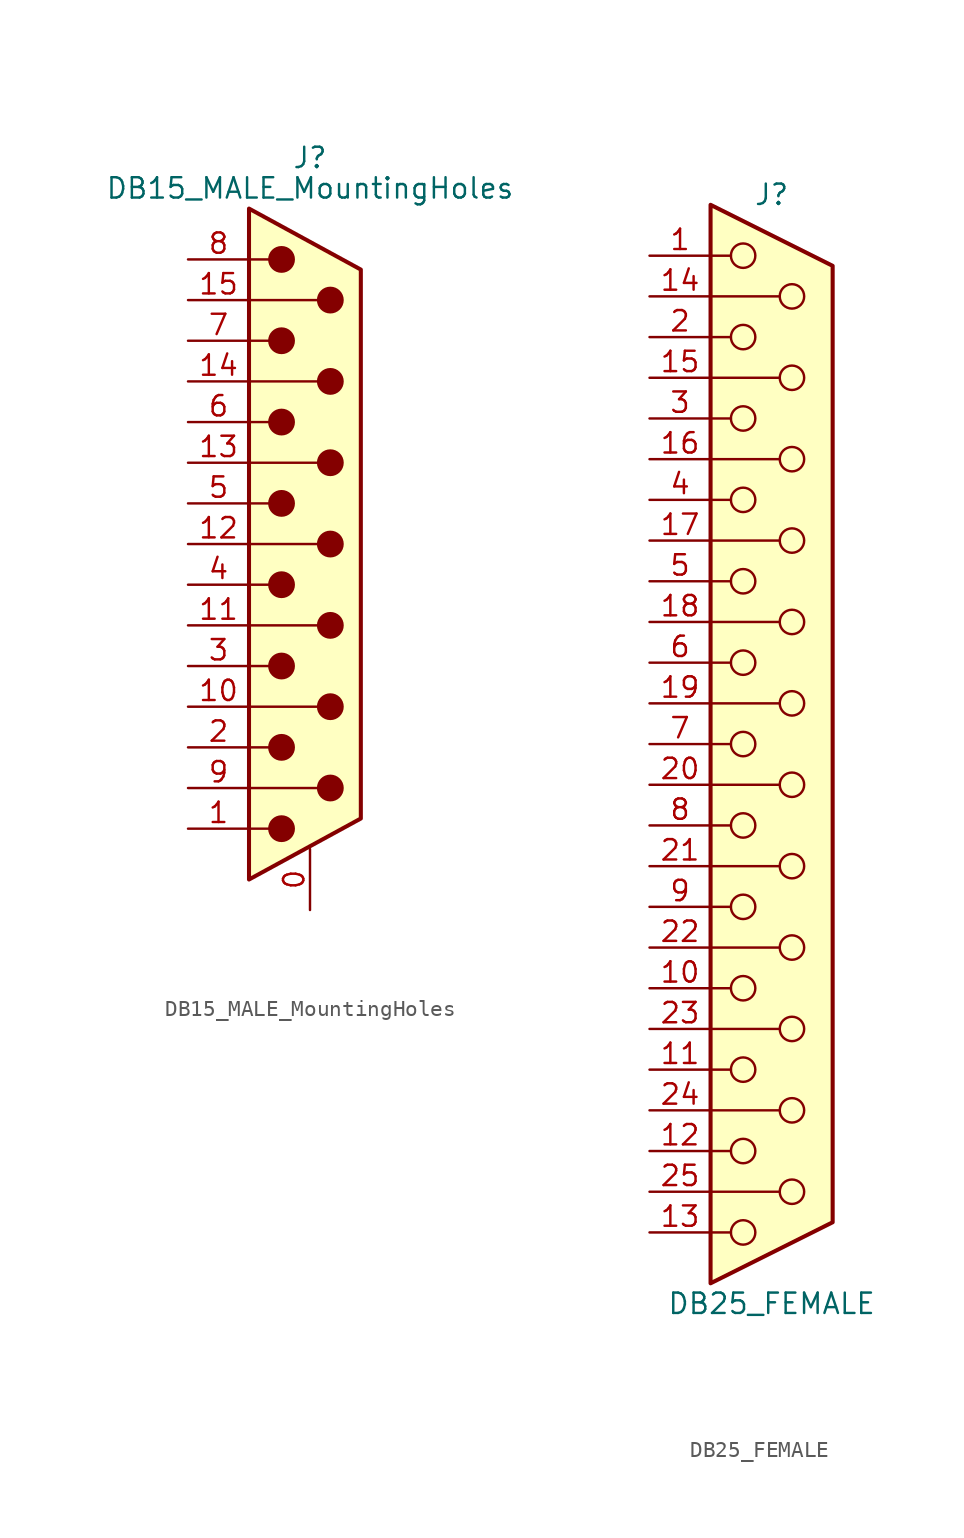
<source format=kicad_sym>
(kicad_symbol_lib
  (version 20211014)
  (generator kicad_symbol_editor)
  (symbol "DB15_MALE_MountingHoles"
    (pin_names
      (offset 1.016) hide)
    (property "Reference" "J"
      (at 0 24.13 0)
      (effects (font (size 1.27 1.27))))
    (property "Value" "DB15_MALE_MountingHoles"
      (at 0 22.225 0)
      (effects (font (size 1.27 1.27))))
    (symbol "DB15_MALE_MountingHoles_0_1"
      (circle (center -1.778 -17.78) (radius 0.762) (stroke (width 0) (type default) (color 0 0 0 0)) (fill (type outline)))
      (circle (center -1.778 -12.7) (radius 0.762) (stroke (width 0) (type default) (color 0 0 0 0)) (fill (type outline)))
      (circle (center -1.778 -7.62) (radius 0.762) (stroke (width 0) (type default) (color 0 0 0 0)) (fill (type outline)))
      (circle (center -1.778 -2.54) (radius 0.762) (stroke (width 0) (type default) (color 0 0 0 0)) (fill (type outline)))
      (circle (center -1.778 2.54) (radius 0.762) (stroke (width 0) (type default) (color 0 0 0 0)) (fill (type outline)))
      (circle (center -1.778 7.62) (radius 0.762) (stroke (width 0) (type default) (color 0 0 0 0)) (fill (type outline)))
      (circle (center -1.778 12.7) (radius 0.762) (stroke (width 0) (type default) (color 0 0 0 0)) (fill (type outline)))
      (circle (center -1.778 17.78) (radius 0.762) (stroke (width 0) (type default) (color 0 0 0 0)) (fill (type outline)))
      (polyline (pts (xy -3.81 -17.78) (xy -2.54 -17.78)) (stroke (width 0) (type default) (color 0 0 0 0)) (fill (type none)))
      (polyline (pts (xy -3.81 -15.24) (xy 0.508 -15.24)) (stroke (width 0) (type default) (color 0 0 0 0)) (fill (type none)))
      (polyline (pts (xy -3.81 -12.7) (xy -2.54 -12.7)) (stroke (width 0) (type default) (color 0 0 0 0)) (fill (type none)))
      (polyline (pts (xy -3.81 -10.16) (xy 0.508 -10.16)) (stroke (width 0) (type default) (color 0 0 0 0)) (fill (type none)))
      (polyline (pts (xy -3.81 -7.62) (xy -2.54 -7.62)) (stroke (width 0) (type default) (color 0 0 0 0)) (fill (type none)))
      (polyline (pts (xy -3.81 -5.08) (xy 0.508 -5.08)) (stroke (width 0) (type default) (color 0 0 0 0)) (fill (type none)))
      (polyline (pts (xy -3.81 -2.54) (xy -2.54 -2.54)) (stroke (width 0) (type default) (color 0 0 0 0)) (fill (type none)))
      (polyline (pts (xy -3.81 0) (xy 0.508 0)) (stroke (width 0) (type default) (color 0 0 0 0)) (fill (type none)))
      (polyline (pts (xy -3.81 2.54) (xy -2.54 2.54)) (stroke (width 0) (type default) (color 0 0 0 0)) (fill (type none)))
      (polyline (pts (xy -3.81 5.08) (xy 0.508 5.08)) (stroke (width 0) (type default) (color 0 0 0 0)) (fill (type none)))
      (polyline (pts (xy -3.81 7.62) (xy -2.54 7.62)) (stroke (width 0) (type default) (color 0 0 0 0)) (fill (type none)))
      (polyline (pts (xy -3.81 10.16) (xy 0.508 10.16)) (stroke (width 0) (type default) (color 0 0 0 0)) (fill (type none)))
      (polyline (pts (xy -3.81 12.7) (xy -2.54 12.7)) (stroke (width 0) (type default) (color 0 0 0 0)) (fill (type none)))
      (polyline (pts (xy -3.81 15.24) (xy 0.508 15.24)) (stroke (width 0) (type default) (color 0 0 0 0)) (fill (type none)))
      (polyline (pts (xy -3.81 17.78) (xy -2.54 17.78)) (stroke (width 0) (type default) (color 0 0 0 0)) (fill (type none)))
      (polyline (pts (xy -3.81 -20.955) (xy 3.175 -17.145) (xy 3.175 17.145) (xy -3.81 20.955) (xy -3.81 -20.955)) (stroke (width 0.254) (type default) (color 0 0 0 0)) (fill (type background)))
      (circle (center 1.27 -15.24) (radius 0.762) (stroke (width 0) (type default) (color 0 0 0 0)) (fill (type outline)))
      (circle (center 1.27 -10.16) (radius 0.762) (stroke (width 0) (type default) (color 0 0 0 0)) (fill (type outline)))
      (circle (center 1.27 -5.08) (radius 0.762) (stroke (width 0) (type default) (color 0 0 0 0)) (fill (type outline)))
      (circle (center 1.27 0) (radius 0.762) (stroke (width 0) (type default) (color 0 0 0 0)) (fill (type outline)))
      (circle (center 1.27 5.08) (radius 0.762) (stroke (width 0) (type default) (color 0 0 0 0)) (fill (type outline)))
      (circle (center 1.27 10.16) (radius 0.762) (stroke (width 0) (type default) (color 0 0 0 0)) (fill (type outline)))
      (circle (center 1.27 15.24) (radius 0.762) (stroke (width 0) (type default) (color 0 0 0 0)) (fill (type outline))))
    (symbol "DB15_MALE_MountingHoles_1_1"
      (pin passive line (at 0 -22.86 90) (length 3.81) (name "PAD" (effects (font (size 1.27 1.27)))) (number "0" (effects (font (size 1.27 1.27)))))
      (pin passive line (at -7.62 -17.78 0) (length 3.81) (name "1" (effects (font (size 1.27 1.27)))) (number "1" (effects (font (size 1.27 1.27)))))
      (pin passive line (at -7.62 -10.16 0) (length 3.81) (name "P10" (effects (font (size 1.27 1.27)))) (number "10" (effects (font (size 1.27 1.27)))))
      (pin passive line (at -7.62 -5.08 0) (length 3.81) (name "P111" (effects (font (size 1.27 1.27)))) (number "11" (effects (font (size 1.27 1.27)))))
      (pin passive line (at -7.62 0 0) (length 3.81) (name "P12" (effects (font (size 1.27 1.27)))) (number "12" (effects (font (size 1.27 1.27)))))
      (pin passive line (at -7.62 5.08 0) (length 3.81) (name "P13" (effects (font (size 1.27 1.27)))) (number "13" (effects (font (size 1.27 1.27)))))
      (pin passive line (at -7.62 10.16 0) (length 3.81) (name "P14" (effects (font (size 1.27 1.27)))) (number "14" (effects (font (size 1.27 1.27)))))
      (pin passive line (at -7.62 15.24 0) (length 3.81) (name "P15" (effects (font (size 1.27 1.27)))) (number "15" (effects (font (size 1.27 1.27)))))
      (pin passive line (at -7.62 -12.7 0) (length 3.81) (name "2" (effects (font (size 1.27 1.27)))) (number "2" (effects (font (size 1.27 1.27)))))
      (pin passive line (at -7.62 -7.62 0) (length 3.81) (name "3" (effects (font (size 1.27 1.27)))) (number "3" (effects (font (size 1.27 1.27)))))
      (pin passive line (at -7.62 -2.54 0) (length 3.81) (name "4" (effects (font (size 1.27 1.27)))) (number "4" (effects (font (size 1.27 1.27)))))
      (pin passive line (at -7.62 2.54 0) (length 3.81) (name "5" (effects (font (size 1.27 1.27)))) (number "5" (effects (font (size 1.27 1.27)))))
      (pin passive line (at -7.62 7.62 0) (length 3.81) (name "6" (effects (font (size 1.27 1.27)))) (number "6" (effects (font (size 1.27 1.27)))))
      (pin passive line (at -7.62 12.7 0) (length 3.81) (name "7" (effects (font (size 1.27 1.27)))) (number "7" (effects (font (size 1.27 1.27)))))
      (pin passive line (at -7.62 17.78 0) (length 3.81) (name "8" (effects (font (size 1.27 1.27)))) (number "8" (effects (font (size 1.27 1.27)))))
      (pin passive line (at -7.62 -15.24 0) (length 3.81) (name "P9" (effects (font (size 1.27 1.27)))) (number "9" (effects (font (size 1.27 1.27)))))))
  (symbol "DB25_FEMALE"
    (pin_names
      (offset 1.016) hide)
    (property "Reference" "J"
      (at 0 34.29 0)
      (effects (font (size 1.27 1.27))))
    (property "Value" "DB25_FEMALE"
      (at 0 -34.925 0)
      (effects (font (size 1.27 1.27))))
    (symbol "DB25_FEMALE_0_1"
      (circle (center -1.778 -30.48) (radius 0.762) (stroke (width 0) (type default) (color 0 0 0 0)) (fill (type none)))
      (circle (center -1.778 -25.4) (radius 0.762) (stroke (width 0) (type default) (color 0 0 0 0)) (fill (type none)))
      (circle (center -1.778 -20.32) (radius 0.762) (stroke (width 0) (type default) (color 0 0 0 0)) (fill (type none)))
      (circle (center -1.778 -15.24) (radius 0.762) (stroke (width 0) (type default) (color 0 0 0 0)) (fill (type none)))
      (circle (center -1.778 -10.16) (radius 0.762) (stroke (width 0) (type default) (color 0 0 0 0)) (fill (type none)))
      (circle (center -1.778 -5.08) (radius 0.762) (stroke (width 0) (type default) (color 0 0 0 0)) (fill (type none)))
      (circle (center -1.778 0) (radius 0.762) (stroke (width 0) (type default) (color 0 0 0 0)) (fill (type none)))
      (circle (center -1.778 5.08) (radius 0.762) (stroke (width 0) (type default) (color 0 0 0 0)) (fill (type none)))
      (circle (center -1.778 10.16) (radius 0.762) (stroke (width 0) (type default) (color 0 0 0 0)) (fill (type none)))
      (circle (center -1.778 15.24) (radius 0.762) (stroke (width 0) (type default) (color 0 0 0 0)) (fill (type none)))
      (circle (center -1.778 20.32) (radius 0.762) (stroke (width 0) (type default) (color 0 0 0 0)) (fill (type none)))
      (circle (center -1.778 25.4) (radius 0.762) (stroke (width 0) (type default) (color 0 0 0 0)) (fill (type none)))
      (circle (center -1.778 30.48) (radius 0.762) (stroke (width 0) (type default) (color 0 0 0 0)) (fill (type none)))
      (polyline (pts (xy -3.81 -30.48) (xy -2.54 -30.48)) (stroke (width 0) (type default) (color 0 0 0 0)) (fill (type none)))
      (polyline (pts (xy -3.81 -27.94) (xy 0.508 -27.94)) (stroke (width 0) (type default) (color 0 0 0 0)) (fill (type none)))
      (polyline (pts (xy -3.81 -25.4) (xy -2.54 -25.4)) (stroke (width 0) (type default) (color 0 0 0 0)) (fill (type none)))
      (polyline (pts (xy -3.81 -22.86) (xy 0.508 -22.86)) (stroke (width 0) (type default) (color 0 0 0 0)) (fill (type none)))
      (polyline (pts (xy -3.81 -20.32) (xy -2.54 -20.32)) (stroke (width 0) (type default) (color 0 0 0 0)) (fill (type none)))
      (polyline (pts (xy -3.81 -17.78) (xy 0.508 -17.78)) (stroke (width 0) (type default) (color 0 0 0 0)) (fill (type none)))
      (polyline (pts (xy -3.81 -15.24) (xy -2.54 -15.24)) (stroke (width 0) (type default) (color 0 0 0 0)) (fill (type none)))
      (polyline (pts (xy -3.81 -12.7) (xy 0.508 -12.7)) (stroke (width 0) (type default) (color 0 0 0 0)) (fill (type none)))
      (polyline (pts (xy -3.81 -10.16) (xy -2.54 -10.16)) (stroke (width 0) (type default) (color 0 0 0 0)) (fill (type none)))
      (polyline (pts (xy -3.81 -7.62) (xy 0.508 -7.62)) (stroke (width 0) (type default) (color 0 0 0 0)) (fill (type none)))
      (polyline (pts (xy -3.81 -5.08) (xy -2.54 -5.08)) (stroke (width 0) (type default) (color 0 0 0 0)) (fill (type none)))
      (polyline (pts (xy -3.81 -2.54) (xy 0.508 -2.54)) (stroke (width 0) (type default) (color 0 0 0 0)) (fill (type none)))
      (polyline (pts (xy -3.81 0) (xy -2.54 0)) (stroke (width 0) (type default) (color 0 0 0 0)) (fill (type none)))
      (polyline (pts (xy -3.81 2.54) (xy 0.508 2.54)) (stroke (width 0) (type default) (color 0 0 0 0)) (fill (type none)))
      (polyline (pts (xy -3.81 5.08) (xy -2.54 5.08)) (stroke (width 0) (type default) (color 0 0 0 0)) (fill (type none)))
      (polyline (pts (xy -3.81 7.62) (xy 0.508 7.62)) (stroke (width 0) (type default) (color 0 0 0 0)) (fill (type none)))
      (polyline (pts (xy -3.81 10.16) (xy -2.54 10.16)) (stroke (width 0) (type default) (color 0 0 0 0)) (fill (type none)))
      (polyline (pts (xy -3.81 12.7) (xy 0.508 12.7)) (stroke (width 0) (type default) (color 0 0 0 0)) (fill (type none)))
      (polyline (pts (xy -3.81 15.24) (xy -2.54 15.24)) (stroke (width 0) (type default) (color 0 0 0 0)) (fill (type none)))
      (polyline (pts (xy -3.81 17.78) (xy 0.508 17.78)) (stroke (width 0) (type default) (color 0 0 0 0)) (fill (type none)))
      (polyline (pts (xy -3.81 20.32) (xy -2.54 20.32)) (stroke (width 0) (type default) (color 0 0 0 0)) (fill (type none)))
      (polyline (pts (xy -3.81 22.86) (xy 0.508 22.86)) (stroke (width 0) (type default) (color 0 0 0 0)) (fill (type none)))
      (polyline (pts (xy -3.81 25.4) (xy -2.54 25.4)) (stroke (width 0) (type default) (color 0 0 0 0)) (fill (type none)))
      (polyline (pts (xy -3.81 27.94) (xy 0.508 27.94)) (stroke (width 0) (type default) (color 0 0 0 0)) (fill (type none)))
      (polyline (pts (xy -3.81 30.48) (xy -2.54 30.48)) (stroke (width 0) (type default) (color 0 0 0 0)) (fill (type none)))
      (polyline (pts (xy -3.81 33.655) (xy 3.81 29.845) (xy 3.81 -29.845) (xy -3.81 -33.655) (xy -3.81 33.655)) (stroke (width 0.254) (type default) (color 0 0 0 0)) (fill (type background)))
      (circle (center 1.27 -27.94) (radius 0.762) (stroke (width 0) (type default) (color 0 0 0 0)) (fill (type none)))
      (circle (center 1.27 -22.86) (radius 0.762) (stroke (width 0) (type default) (color 0 0 0 0)) (fill (type none)))
      (circle (center 1.27 -17.78) (radius 0.762) (stroke (width 0) (type default) (color 0 0 0 0)) (fill (type none)))
      (circle (center 1.27 -12.7) (radius 0.762) (stroke (width 0) (type default) (color 0 0 0 0)) (fill (type none)))
      (circle (center 1.27 -7.62) (radius 0.762) (stroke (width 0) (type default) (color 0 0 0 0)) (fill (type none)))
      (circle (center 1.27 -2.54) (radius 0.762) (stroke (width 0) (type default) (color 0 0 0 0)) (fill (type none)))
      (circle (center 1.27 2.54) (radius 0.762) (stroke (width 0) (type default) (color 0 0 0 0)) (fill (type none)))
      (circle (center 1.27 7.62) (radius 0.762) (stroke (width 0) (type default) (color 0 0 0 0)) (fill (type none)))
      (circle (center 1.27 12.7) (radius 0.762) (stroke (width 0) (type default) (color 0 0 0 0)) (fill (type none)))
      (circle (center 1.27 17.78) (radius 0.762) (stroke (width 0) (type default) (color 0 0 0 0)) (fill (type none)))
      (circle (center 1.27 22.86) (radius 0.762) (stroke (width 0) (type default) (color 0 0 0 0)) (fill (type none)))
      (circle (center 1.27 27.94) (radius 0.762) (stroke (width 0) (type default) (color 0 0 0 0)) (fill (type none))))
    (symbol "DB25_FEMALE_1_1"
      (pin passive line (at -7.62 30.48 0) (length 3.81) (name "1" (effects (font (size 1.27 1.27)))) (number "1" (effects (font (size 1.27 1.27)))))
      (pin passive line (at -7.62 -15.24 0) (length 3.81) (name "10" (effects (font (size 1.27 1.27)))) (number "10" (effects (font (size 1.27 1.27)))))
      (pin passive line (at -7.62 -20.32 0) (length 3.81) (name "11" (effects (font (size 1.27 1.27)))) (number "11" (effects (font (size 1.27 1.27)))))
      (pin passive line (at -7.62 -25.4 0) (length 3.81) (name "12" (effects (font (size 1.27 1.27)))) (number "12" (effects (font (size 1.27 1.27)))))
      (pin passive line (at -7.62 -30.48 0) (length 3.81) (name "13" (effects (font (size 1.27 1.27)))) (number "13" (effects (font (size 1.27 1.27)))))
      (pin passive line (at -7.62 27.94 0) (length 3.81) (name "P14" (effects (font (size 1.27 1.27)))) (number "14" (effects (font (size 1.27 1.27)))))
      (pin passive line (at -7.62 22.86 0) (length 3.81) (name "P15" (effects (font (size 1.27 1.27)))) (number "15" (effects (font (size 1.27 1.27)))))
      (pin passive line (at -7.62 17.78 0) (length 3.81) (name "P16" (effects (font (size 1.27 1.27)))) (number "16" (effects (font (size 1.27 1.27)))))
      (pin passive line (at -7.62 12.7 0) (length 3.81) (name "P17" (effects (font (size 1.27 1.27)))) (number "17" (effects (font (size 1.27 1.27)))))
      (pin passive line (at -7.62 7.62 0) (length 3.81) (name "P18" (effects (font (size 1.27 1.27)))) (number "18" (effects (font (size 1.27 1.27)))))
      (pin passive line (at -7.62 2.54 0) (length 3.81) (name "P19" (effects (font (size 1.27 1.27)))) (number "19" (effects (font (size 1.27 1.27)))))
      (pin passive line (at -7.62 25.4 0) (length 3.81) (name "2" (effects (font (size 1.27 1.27)))) (number "2" (effects (font (size 1.27 1.27)))))
      (pin passive line (at -7.62 -2.54 0) (length 3.81) (name "P20" (effects (font (size 1.27 1.27)))) (number "20" (effects (font (size 1.27 1.27)))))
      (pin passive line (at -7.62 -7.62 0) (length 3.81) (name "P21" (effects (font (size 1.27 1.27)))) (number "21" (effects (font (size 1.27 1.27)))))
      (pin passive line (at -7.62 -12.7 0) (length 3.81) (name "P22" (effects (font (size 1.27 1.27)))) (number "22" (effects (font (size 1.27 1.27)))))
      (pin passive line (at -7.62 -17.78 0) (length 3.81) (name "P23" (effects (font (size 1.27 1.27)))) (number "23" (effects (font (size 1.27 1.27)))))
      (pin passive line (at -7.62 -22.86 0) (length 3.81) (name "P24" (effects (font (size 1.27 1.27)))) (number "24" (effects (font (size 1.27 1.27)))))
      (pin passive line (at -7.62 -27.94 0) (length 3.81) (name "P25" (effects (font (size 1.27 1.27)))) (number "25" (effects (font (size 1.27 1.27)))))
      (pin passive line (at -7.62 20.32 0) (length 3.81) (name "3" (effects (font (size 1.27 1.27)))) (number "3" (effects (font (size 1.27 1.27)))))
      (pin passive line (at -7.62 15.24 0) (length 3.81) (name "4" (effects (font (size 1.27 1.27)))) (number "4" (effects (font (size 1.27 1.27)))))
      (pin passive line (at -7.62 10.16 0) (length 3.81) (name "5" (effects (font (size 1.27 1.27)))) (number "5" (effects (font (size 1.27 1.27)))))
      (pin passive line (at -7.62 5.08 0) (length 3.81) (name "6" (effects (font (size 1.27 1.27)))) (number "6" (effects (font (size 1.27 1.27)))))
      (pin passive line (at -7.62 0 0) (length 3.81) (name "7" (effects (font (size 1.27 1.27)))) (number "7" (effects (font (size 1.27 1.27)))))
      (pin passive line (at -7.62 -5.08 0) (length 3.81) (name "8" (effects (font (size 1.27 1.27)))) (number "8" (effects (font (size 1.27 1.27)))))
      (pin passive line (at -7.62 -10.16 0) (length 3.81) (name "9" (effects (font (size 1.27 1.27)))) (number "9" (effects (font (size 1.27 1.27))))))))
</source>
